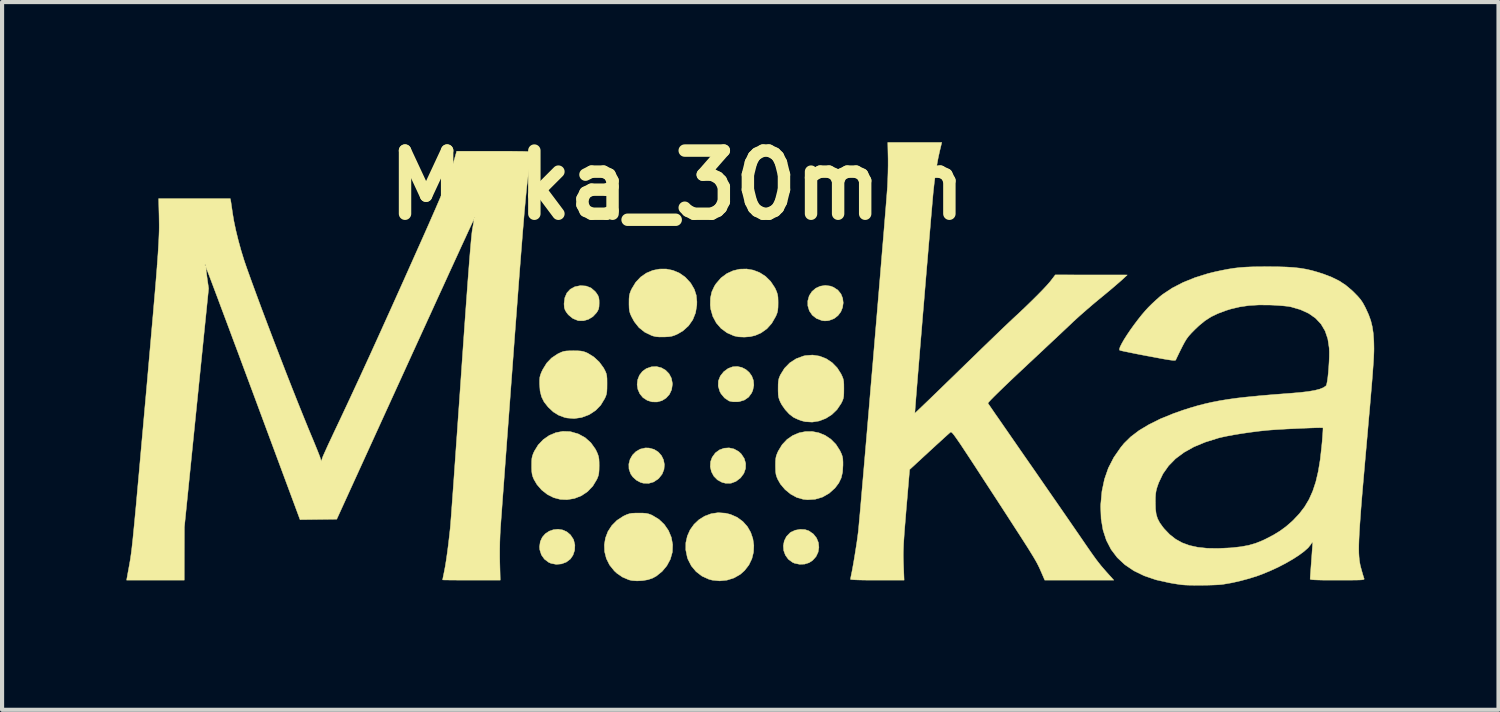
<source format=kicad_pcb>
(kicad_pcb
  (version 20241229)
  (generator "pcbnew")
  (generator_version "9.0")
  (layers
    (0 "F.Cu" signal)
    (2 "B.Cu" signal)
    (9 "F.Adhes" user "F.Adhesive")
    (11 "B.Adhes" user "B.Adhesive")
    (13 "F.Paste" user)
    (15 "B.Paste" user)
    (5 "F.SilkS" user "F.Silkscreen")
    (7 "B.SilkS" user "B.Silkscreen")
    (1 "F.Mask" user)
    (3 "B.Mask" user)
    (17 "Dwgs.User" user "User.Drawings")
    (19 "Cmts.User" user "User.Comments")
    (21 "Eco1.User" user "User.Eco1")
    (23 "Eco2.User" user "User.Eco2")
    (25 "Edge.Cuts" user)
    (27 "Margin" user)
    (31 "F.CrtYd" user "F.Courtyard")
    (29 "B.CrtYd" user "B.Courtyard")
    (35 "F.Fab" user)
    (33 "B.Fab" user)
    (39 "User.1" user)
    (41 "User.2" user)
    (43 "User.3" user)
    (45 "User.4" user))
  (footprint "Moka_30mm"
    (layer "F.Cu")
    (at 15.059 5.721)
    (property "Reference" "Moka_30mm" (at -1.768 -4.303 0) (layer "F.SilkS") (effects (font (size 1.524 1.524) (thickness 0.3))))
    (attr through_hole)
    (fp_poly (pts (xy -2.151 0.103) (xy -2.048 0.162) (xy -1.965 0.247) (xy -1.908 0.355) (xy -1.884 0.481) (xy -1.884 0.502) (xy -1.903 0.632) (xy -1.955 0.744) (xy -2.035 0.833) (xy -2.135 0.896) (xy -2.251 0.928) (xy -2.375 0.926) (xy -2.489 0.891) (xy -2.594 0.823) (xy -2.67 0.731) (xy -2.717 0.624) (xy -2.735 0.509) (xy -2.722 0.393) (xy -2.68 0.285) (xy -2.608 0.191) (xy -2.514 0.123) (xy -2.39 0.08) (xy -2.267 0.074) (xy -2.151 0.103)) (stroke (width 0.01) (type solid)) (fill yes) (layer "F.SilkS"))
    (fp_poly (pts (xy -0.398 2.062) (xy -0.287 2.123) (xy -0.225 2.18) (xy -0.151 2.291) (xy -0.116 2.411) (xy -0.119 2.534) (xy -0.16 2.652) (xy -0.239 2.759) (xy -0.24 2.76) (xy -0.351 2.845) (xy -0.469 2.889) (xy -0.595 2.891) (xy -0.685 2.869) (xy -0.797 2.808) (xy -0.884 2.72) (xy -0.942 2.612) (xy -0.97 2.492) (xy -0.963 2.369) (xy -0.924 2.263) (xy -0.848 2.158) (xy -0.749 2.085) (xy -0.636 2.044) (xy -0.516 2.036) (xy -0.398 2.062)) (stroke (width 0.01) (type solid)) (fill yes) (layer "F.SilkS"))
    (fp_poly (pts (xy -4.534 4.016) (xy -4.432 4.061) (xy -4.343 4.136) (xy -4.274 4.241) (xy -4.266 4.259) (xy -4.237 4.38) (xy -4.243 4.507) (xy -4.283 4.626) (xy -4.345 4.717) (xy -4.443 4.792) (xy -4.561 4.836) (xy -4.687 4.847) (xy -4.812 4.823) (xy -4.87 4.798) (xy -4.972 4.721) (xy -5.045 4.618) (xy -5.084 4.495) (xy -5.09 4.424) (xy -5.072 4.297) (xy -5.023 4.191) (xy -4.949 4.107) (xy -4.857 4.046) (xy -4.753 4.01) (xy -4.643 3.999) (xy -4.534 4.016)) (stroke (width 0.01) (type solid)) (fill yes) (layer "F.SilkS"))
    (fp_poly (pts (xy -2.452 2.039) (xy -2.327 2.072) (xy -2.225 2.136) (xy -2.148 2.223) (xy -2.098 2.326) (xy -2.077 2.439) (xy -2.087 2.555) (xy -2.131 2.668) (xy -2.211 2.77) (xy -2.222 2.781) (xy -2.335 2.858) (xy -2.457 2.893) (xy -2.586 2.888) (xy -2.654 2.869) (xy -2.751 2.817) (xy -2.838 2.739) (xy -2.891 2.664) (xy -2.932 2.545) (xy -2.935 2.425) (xy -2.905 2.311) (xy -2.847 2.209) (xy -2.764 2.126) (xy -2.661 2.066) (xy -2.542 2.038) (xy -2.452 2.039)) (stroke (width 0.01) (type solid)) (fill yes) (layer "F.SilkS"))
    (fp_poly (pts (xy 1.317 4.008) (xy 1.409 4.039) (xy 1.518 4.115) (xy 1.594 4.211) (xy 1.639 4.321) (xy 1.651 4.437) (xy 1.632 4.553) (xy 1.581 4.66) (xy 1.498 4.752) (xy 1.414 4.807) (xy 1.305 4.841) (xy 1.183 4.845) (xy 1.064 4.82) (xy 1.014 4.798) (xy 0.913 4.723) (xy 0.843 4.626) (xy 0.802 4.515) (xy 0.793 4.398) (xy 0.815 4.282) (xy 0.868 4.175) (xy 0.954 4.086) (xy 0.977 4.07) (xy 1.08 4.023) (xy 1.199 4.002) (xy 1.317 4.008)) (stroke (width 0.01) (type solid)) (fill yes) (layer "F.SilkS"))
    (fp_poly (pts (xy 1.929 -1.868) (xy 2.005 -1.839) (xy 2.11 -1.769) (xy 2.183 -1.678) (xy 2.225 -1.574) (xy 2.238 -1.463) (xy 2.222 -1.352) (xy 2.18 -1.247) (xy 2.111 -1.156) (xy 2.018 -1.084) (xy 1.9 -1.039) (xy 1.863 -1.032) (xy 1.791 -1.028) (xy 1.725 -1.036) (xy 1.594 -1.086) (xy 1.492 -1.166) (xy 1.421 -1.269) (xy 1.384 -1.391) (xy 1.383 -1.511) (xy 1.417 -1.634) (xy 1.483 -1.736) (xy 1.574 -1.815) (xy 1.683 -1.865) (xy 1.804 -1.884) (xy 1.929 -1.868)) (stroke (width 0.01) (type solid)) (fill yes) (layer "F.SilkS"))
    (fp_poly (pts (xy -0.21 0.095) (xy -0.113 0.144) (xy -0.031 0.215) (xy 0.032 0.304) (xy 0.071 0.409) (xy 0.081 0.524) (xy 0.056 0.646) (xy 0.027 0.713) (xy -0.047 0.813) (xy -0.149 0.883) (xy -0.275 0.921) (xy -0.323 0.925) (xy -0.423 0.924) (xy -0.501 0.909) (xy -0.519 0.903) (xy -0.625 0.832) (xy -0.71 0.73) (xy -0.741 0.672) (xy -0.778 0.545) (xy -0.774 0.42) (xy -0.728 0.303) (xy -0.645 0.198) (xy -0.539 0.12) (xy -0.428 0.079) (xy -0.317 0.072) (xy -0.21 0.095)) (stroke (width 0.01) (type solid)) (fill yes) (layer "F.SilkS"))
    (fp_poly (pts (xy -3.964 -1.869) (xy -3.846 -1.822) (xy -3.747 -1.736) (xy -3.715 -1.695) (xy -3.679 -1.639) (xy -3.66 -1.588) (xy -3.652 -1.524) (xy -3.651 -1.46) (xy -3.654 -1.377) (xy -3.664 -1.318) (xy -3.688 -1.267) (xy -3.716 -1.224) (xy -3.804 -1.13) (xy -3.912 -1.065) (xy -4.03 -1.031) (xy -4.148 -1.033) (xy -4.163 -1.036) (xy -4.287 -1.087) (xy -4.393 -1.174) (xy -4.434 -1.225) (xy -4.471 -1.285) (xy -4.491 -1.343) (xy -4.497 -1.416) (xy -4.498 -1.446) (xy -4.48 -1.586) (xy -4.43 -1.703) (xy -4.348 -1.792) (xy -4.238 -1.852) (xy -4.104 -1.879) (xy -4.101 -1.879) (xy -3.964 -1.869)) (stroke (width 0.01) (type solid)) (fill yes) (layer "F.SilkS"))
    (fp_poly (pts (xy -0.604 3.612) (xy -0.484 3.641) (xy -0.321 3.712) (xy -0.185 3.812) (xy -0.075 3.935) (xy 0.006 4.076) (xy 0.058 4.23) (xy 0.081 4.39) (xy 0.073 4.553) (xy 0.034 4.711) (xy -0.038 4.861) (xy -0.143 4.997) (xy -0.249 5.09) (xy -0.398 5.175) (xy -0.567 5.228) (xy -0.744 5.246) (xy -0.922 5.228) (xy -1.005 5.206) (xy -1.17 5.131) (xy -1.312 5.022) (xy -1.427 4.885) (xy -1.509 4.724) (xy -1.524 4.681) (xy -1.561 4.5) (xy -1.56 4.326) (xy -1.523 4.162) (xy -1.456 4.012) (xy -1.361 3.88) (xy -1.243 3.769) (xy -1.104 3.683) (xy -0.949 3.625) (xy -0.781 3.6) (xy -0.604 3.612)) (stroke (width 0.01) (type solid)) (fill yes) (layer "F.SilkS"))
    (fp_poly (pts (xy 0.068 -2.253) (xy 0.222 -2.193) (xy 0.364 -2.102) (xy 0.487 -1.98) (xy 0.588 -1.828) (xy 0.602 -1.799) (xy 0.633 -1.728) (xy 0.652 -1.668) (xy 0.663 -1.604) (xy 0.666 -1.522) (xy 0.667 -1.46) (xy 0.665 -1.358) (xy 0.658 -1.283) (xy 0.644 -1.221) (xy 0.619 -1.158) (xy 0.609 -1.136) (xy 0.513 -0.969) (xy 0.396 -0.838) (xy 0.255 -0.738) (xy 0.113 -0.676) (xy -0.008 -0.648) (xy -0.147 -0.637) (xy -0.285 -0.643) (xy -0.396 -0.666) (xy -0.565 -0.74) (xy -0.709 -0.845) (xy -0.825 -0.979) (xy -0.909 -1.136) (xy -0.959 -1.311) (xy -0.97 -1.41) (xy -0.966 -1.579) (xy -0.934 -1.727) (xy -0.871 -1.864) (xy -0.831 -1.926) (xy -0.711 -2.065) (xy -0.572 -2.169) (xy -0.419 -2.239) (xy -0.258 -2.277) (xy -0.094 -2.281) (xy 0.068 -2.253)) (stroke (width 0.01) (type solid)) (fill yes) (layer "F.SilkS"))
    (fp_poly (pts (xy -2.595 3.61) (xy -2.519 3.616) (xy -2.459 3.629) (xy -2.4 3.65) (xy -2.366 3.666) (xy -2.209 3.761) (xy -2.079 3.885) (xy -1.978 4.032) (xy -1.91 4.195) (xy -1.878 4.37) (xy -1.885 4.549) (xy -1.886 4.555) (xy -1.934 4.724) (xy -2.018 4.88) (xy -2.133 5.018) (xy -2.272 5.13) (xy -2.366 5.181) (xy -2.474 5.217) (xy -2.603 5.239) (xy -2.737 5.246) (xy -2.86 5.237) (xy -2.932 5.221) (xy -3.089 5.154) (xy -3.222 5.063) (xy -3.287 5.003) (xy -3.401 4.861) (xy -3.478 4.705) (xy -3.52 4.541) (xy -3.526 4.374) (xy -3.499 4.21) (xy -3.439 4.053) (xy -3.346 3.91) (xy -3.223 3.786) (xy -3.07 3.686) (xy -3.048 3.675) (xy -2.98 3.644) (xy -2.922 3.625) (xy -2.862 3.614) (xy -2.784 3.61) (xy -2.699 3.609) (xy -2.595 3.61)) (stroke (width 0.01) (type solid)) (fill yes) (layer "F.SilkS"))
    (fp_poly (pts (xy 1.649 1.672) (xy 1.801 1.734) (xy 1.94 1.827) (xy 2.062 1.951) (xy 2.161 2.106) (xy 2.164 2.113) (xy 2.197 2.184) (xy 2.217 2.242) (xy 2.228 2.302) (xy 2.232 2.379) (xy 2.232 2.455) (xy 2.222 2.622) (xy 2.189 2.762) (xy 2.13 2.885) (xy 2.042 3.002) (xy 2.039 3.005) (xy 1.897 3.133) (xy 1.737 3.224) (xy 1.562 3.276) (xy 1.376 3.288) (xy 1.273 3.277) (xy 1.118 3.233) (xy 0.97 3.152) (xy 0.836 3.043) (xy 0.724 2.911) (xy 0.66 2.799) (xy 0.633 2.736) (xy 0.616 2.678) (xy 0.607 2.612) (xy 0.604 2.525) (xy 0.603 2.466) (xy 0.604 2.364) (xy 0.61 2.29) (xy 0.622 2.231) (xy 0.644 2.172) (xy 0.67 2.113) (xy 0.765 1.957) (xy 0.884 1.831) (xy 1.021 1.737) (xy 1.171 1.674) (xy 1.329 1.642) (xy 1.49 1.641) (xy 1.649 1.672)) (stroke (width 0.01) (type solid)) (fill yes) (layer "F.SilkS"))
    (fp_poly (pts (xy -4.356 1.643) (xy -4.335 1.647) (xy -4.151 1.701) (xy -3.989 1.79) (xy -3.852 1.912) (xy -3.744 2.063) (xy -3.716 2.117) (xy -3.686 2.185) (xy -3.667 2.243) (xy -3.656 2.305) (xy -3.652 2.384) (xy -3.651 2.466) (xy -3.653 2.57) (xy -3.659 2.646) (xy -3.671 2.706) (xy -3.693 2.764) (xy -3.708 2.798) (xy -3.805 2.959) (xy -3.931 3.091) (xy -4.08 3.191) (xy -4.248 3.257) (xy -4.428 3.286) (xy -4.589 3.279) (xy -4.749 3.237) (xy -4.901 3.16) (xy -5.039 3.052) (xy -5.153 2.92) (xy -5.224 2.799) (xy -5.251 2.736) (xy -5.268 2.678) (xy -5.277 2.612) (xy -5.281 2.525) (xy -5.281 2.466) (xy -5.28 2.364) (xy -5.275 2.29) (xy -5.262 2.231) (xy -5.241 2.172) (xy -5.216 2.117) (xy -5.122 1.964) (xy -5 1.836) (xy -4.856 1.736) (xy -4.697 1.669) (xy -4.528 1.637) (xy -4.356 1.643)) (stroke (width 0.01) (type solid)) (fill yes) (layer "F.SilkS"))
    (fp_poly (pts (xy -1.87 -2.247) (xy -1.715 -2.182) (xy -1.574 -2.083) (xy -1.45 -1.949) (xy -1.434 -1.926) (xy -1.355 -1.79) (xy -1.309 -1.648) (xy -1.293 -1.49) (xy -1.295 -1.41) (xy -1.325 -1.224) (xy -1.392 -1.056) (xy -1.494 -0.91) (xy -1.629 -0.788) (xy -1.752 -0.715) (xy -1.828 -0.681) (xy -1.895 -0.659) (xy -1.969 -0.647) (xy -2.066 -0.641) (xy -2.083 -0.641) (xy -2.195 -0.64) (xy -2.28 -0.647) (xy -2.352 -0.664) (xy -2.385 -0.675) (xy -2.552 -0.756) (xy -2.69 -0.866) (xy -2.803 -1.008) (xy -2.873 -1.136) (xy -2.902 -1.203) (xy -2.919 -1.263) (xy -2.928 -1.332) (xy -2.931 -1.425) (xy -2.931 -1.46) (xy -2.93 -1.56) (xy -2.924 -1.633) (xy -2.91 -1.693) (xy -2.886 -1.757) (xy -2.864 -1.803) (xy -2.769 -1.96) (xy -2.649 -2.087) (xy -2.51 -2.183) (xy -2.357 -2.247) (xy -2.196 -2.279) (xy -2.032 -2.28) (xy -1.87 -2.247)) (stroke (width 0.01) (type solid)) (fill yes) (layer "F.SilkS"))
    (fp_poly (pts (xy 1.668 -0.178) (xy 1.827 -0.116) (xy 1.971 -0.02) (xy 2.093 0.105) (xy 2.185 0.25) (xy 2.216 0.317) (xy 2.237 0.372) (xy 2.248 0.428) (xy 2.253 0.499) (xy 2.254 0.596) (xy 2.254 0.614) (xy 2.253 0.716) (xy 2.249 0.789) (xy 2.239 0.845) (xy 2.221 0.896) (xy 2.192 0.955) (xy 2.187 0.965) (xy 2.088 1.112) (xy 1.963 1.233) (xy 1.818 1.325) (xy 1.658 1.387) (xy 1.491 1.414) (xy 1.323 1.404) (xy 1.224 1.379) (xy 1.143 1.348) (xy 1.067 1.313) (xy 1.031 1.294) (xy 0.934 1.218) (xy 0.84 1.116) (xy 0.759 1.001) (xy 0.723 0.935) (xy 0.696 0.872) (xy 0.679 0.815) (xy 0.67 0.748) (xy 0.667 0.66) (xy 0.667 0.603) (xy 0.668 0.499) (xy 0.674 0.424) (xy 0.686 0.364) (xy 0.708 0.306) (xy 0.722 0.275) (xy 0.82 0.116) (xy 0.948 -0.015) (xy 1.102 -0.115) (xy 1.278 -0.18) (xy 1.327 -0.191) (xy 1.499 -0.204) (xy 1.668 -0.178)) (stroke (width 0.01) (type solid)) (fill yes) (layer "F.SilkS"))
    (fp_poly (pts (xy -4.17 -0.306) (xy -4.094 -0.301) (xy -4.035 -0.29) (xy -3.978 -0.271) (xy -3.926 -0.248) (xy -3.781 -0.158) (xy -3.65 -0.037) (xy -3.545 0.106) (xy -3.528 0.138) (xy -3.498 0.196) (xy -3.479 0.246) (xy -3.468 0.298) (xy -3.462 0.364) (xy -3.461 0.457) (xy -3.461 0.497) (xy -3.462 0.604) (xy -3.466 0.68) (xy -3.475 0.738) (xy -3.492 0.79) (xy -3.518 0.847) (xy -3.519 0.849) (xy -3.615 1.007) (xy -3.735 1.131) (xy -3.883 1.229) (xy -3.903 1.239) (xy -4.076 1.303) (xy -4.255 1.328) (xy -4.431 1.314) (xy -4.487 1.301) (xy -4.631 1.247) (xy -4.757 1.169) (xy -4.876 1.058) (xy -4.885 1.048) (xy -4.98 0.928) (xy -5.042 0.803) (xy -5.077 0.663) (xy -5.089 0.496) (xy -5.089 0.401) (xy -5.083 0.332) (xy -5.068 0.273) (xy -5.042 0.207) (xy -5.011 0.143) (xy -4.917 -0.01) (xy -4.801 -0.132) (xy -4.654 -0.23) (xy -4.617 -0.248) (xy -4.558 -0.275) (xy -4.505 -0.293) (xy -4.445 -0.302) (xy -4.366 -0.306) (xy -4.276 -0.307) (xy -4.17 -0.306)) (stroke (width 0.01) (type solid)) (fill yes) (layer "F.SilkS"))
    (fp_poly (pts (xy 4.615 -5.334) (xy 4.602 -5.276) (xy 4.589 -5.222) (xy 4.571 -5.148) (xy 4.56 -5.101) (xy 4.528 -4.953) (xy 4.495 -4.774) (xy 4.464 -4.575) (xy 4.436 -4.367) (xy 4.414 -4.17) (xy 4.407 -4.102) (xy 4.398 -3.999) (xy 4.386 -3.863) (xy 4.372 -3.698) (xy 4.355 -3.507) (xy 4.337 -3.292) (xy 4.317 -3.057) (xy 4.295 -2.805) (xy 4.273 -2.539) (xy 4.249 -2.262) (xy 4.225 -1.976) (xy 4.201 -1.686) (xy 4.177 -1.394) (xy 4.152 -1.103) (xy 4.129 -0.816) (xy 4.105 -0.536) (xy 4.083 -0.266) (xy 4.062 -0.01) (xy 4.042 0.23) (xy 4.024 0.451) (xy 4.008 0.649) (xy 3.994 0.821) (xy 3.983 0.965) (xy 3.974 1.078) (xy 3.969 1.155) (xy 3.966 1.195) (xy 3.966 1.2) (xy 3.982 1.187) (xy 4.025 1.146) (xy 4.094 1.08) (xy 4.186 0.992) (xy 4.299 0.884) (xy 4.429 0.758) (xy 4.576 0.616) (xy 4.735 0.461) (xy 4.906 0.296) (xy 5.039 0.166) (xy 5.223 -0.013) (xy 5.404 -0.188) (xy 5.577 -0.357) (xy 5.741 -0.515) (xy 5.892 -0.661) (xy 6.027 -0.791) (xy 6.143 -0.902) (xy 6.236 -0.99) (xy 6.304 -1.054) (xy 6.328 -1.077) (xy 6.493 -1.23) (xy 6.652 -1.381) (xy 6.802 -1.527) (xy 6.939 -1.663) (xy 7.058 -1.785) (xy 7.155 -1.889) (xy 7.226 -1.97) (xy 7.246 -1.995) (xy 7.355 -2.138) (xy 8.223 -2.137) (xy 9.091 -2.136) (xy 8.964 -2.018) (xy 8.907 -1.968) (xy 8.825 -1.897) (xy 8.726 -1.812) (xy 8.616 -1.72) (xy 8.504 -1.627) (xy 8.498 -1.623) (xy 8.3 -1.459) (xy 8.113 -1.299) (xy 7.943 -1.15) (xy 7.797 -1.017) (xy 7.707 -0.931) (xy 7.678 -0.904) (xy 7.621 -0.85) (xy 7.539 -0.773) (xy 7.435 -0.675) (xy 7.312 -0.56) (xy 7.172 -0.429) (xy 7.019 -0.285) (xy 6.855 -0.132) (xy 6.684 0.028) (xy 6.673 0.039) (xy 6.467 0.231) (xy 6.284 0.404) (xy 6.125 0.556) (xy 5.992 0.685) (xy 5.884 0.791) (xy 5.804 0.872) (xy 5.752 0.928) (xy 5.73 0.956) (xy 5.73 0.959) (xy 5.744 0.98) (xy 5.78 1.033) (xy 5.837 1.116) (xy 5.912 1.225) (xy 6.005 1.358) (xy 6.112 1.513) (xy 6.232 1.686) (xy 6.363 1.875) (xy 6.503 2.078) (xy 6.651 2.291) (xy 6.699 2.36) (xy 6.86 2.591) (xy 7.02 2.823) (xy 7.179 3.053) (xy 7.333 3.275) (xy 7.48 3.487) (xy 7.616 3.684) (xy 7.738 3.861) (xy 7.845 4.016) (xy 7.933 4.144) (xy 7.994 4.233) (xy 8.106 4.396) (xy 8.198 4.529) (xy 8.275 4.638) (xy 8.341 4.729) (xy 8.401 4.807) (xy 8.459 4.88) (xy 8.52 4.951) (xy 8.586 5.027) (xy 8.633 5.079) (xy 8.767 5.228) (xy 7.934 5.228) (xy 7.101 5.228) (xy 7.017 5.034) (xy 6.996 4.987) (xy 6.977 4.943) (xy 6.957 4.901) (xy 6.935 4.857) (xy 6.91 4.809) (xy 6.88 4.755) (xy 6.844 4.693) (xy 6.8 4.621) (xy 6.748 4.536) (xy 6.685 4.435) (xy 6.61 4.318) (xy 6.522 4.18) (xy 6.419 4.021) (xy 6.3 3.837) (xy 6.164 3.627) (xy 6.009 3.388) (xy 5.833 3.118) (xy 5.653 2.842) (xy 5.498 2.603) (xy 5.365 2.399) (xy 5.25 2.224) (xy 5.154 2.079) (xy 5.075 1.959) (xy 5.009 1.863) (xy 4.957 1.789) (xy 4.917 1.733) (xy 4.886 1.694) (xy 4.863 1.67) (xy 4.847 1.657) (xy 4.835 1.654) (xy 4.828 1.656) (xy 4.804 1.677) (xy 4.753 1.722) (xy 4.679 1.789) (xy 4.586 1.874) (xy 4.479 1.971) (xy 4.362 2.079) (xy 4.316 2.121) (xy 3.84 2.56) (xy 3.782 3.243) (xy 3.759 3.507) (xy 3.741 3.733) (xy 3.725 3.925) (xy 3.712 4.089) (xy 3.703 4.227) (xy 3.695 4.346) (xy 3.691 4.448) (xy 3.688 4.539) (xy 3.687 4.622) (xy 3.688 4.703) (xy 3.69 4.785) (xy 3.693 4.873) (xy 3.693 4.874) (xy 3.707 5.228) (xy 3.06 5.228) (xy 2.88 5.228) (xy 2.723 5.226) (xy 2.595 5.223) (xy 2.498 5.219) (xy 2.436 5.214) (xy 2.413 5.209) (xy 2.413 5.208) (xy 2.417 5.179) (xy 2.428 5.121) (xy 2.443 5.045) (xy 2.446 5.034) (xy 2.466 4.928) (xy 2.49 4.792) (xy 2.516 4.637) (xy 2.542 4.473) (xy 2.567 4.313) (xy 2.587 4.167) (xy 2.602 4.053) (xy 2.607 4.005) (xy 2.615 3.916) (xy 2.626 3.791) (xy 2.641 3.631) (xy 2.658 3.439) (xy 2.677 3.218) (xy 2.698 2.971) (xy 2.722 2.7) (xy 2.747 2.407) (xy 2.774 2.095) (xy 2.802 1.768) (xy 2.831 1.426) (xy 2.861 1.074) (xy 2.891 0.713) (xy 2.922 0.347) (xy 2.954 -0.023) (xy 2.985 -0.393) (xy 3.016 -0.762) (xy 3.047 -1.125) (xy 3.077 -1.482) (xy 3.106 -1.828) (xy 3.134 -2.163) (xy 3.16 -2.482) (xy 3.185 -2.784) (xy 3.209 -3.065) (xy 3.23 -3.324) (xy 3.249 -3.557) (xy 3.266 -3.762) (xy 3.28 -3.937) (xy 3.291 -4.079) (xy 3.299 -4.184) (xy 3.304 -4.251) (xy 3.305 -4.26) (xy 3.312 -4.418) (xy 3.318 -4.595) (xy 3.321 -4.773) (xy 3.321 -4.934) (xy 3.32 -4.985) (xy 3.313 -5.334) (xy 4.615 -5.334)) (stroke (width 0.01) (type solid)) (fill yes) (layer "F.SilkS"))
    (fp_poly (pts (xy -5.956 -5.122) (xy -5.772 -5.122) (xy -5.623 -5.12) (xy -5.505 -5.119) (xy -5.416 -5.116) (xy -5.352 -5.113) (xy -5.309 -5.108) (xy -5.283 -5.103) (xy -5.272 -5.096) (xy -5.271 -5.092) (xy -5.275 -5.057) (xy -5.286 -4.994) (xy -5.301 -4.916) (xy -5.303 -4.907) (xy -5.316 -4.841) (xy -5.329 -4.771) (xy -5.342 -4.695) (xy -5.355 -4.61) (xy -5.368 -4.516) (xy -5.381 -4.409) (xy -5.395 -4.289) (xy -5.409 -4.153) (xy -5.424 -3.999) (xy -5.44 -3.825) (xy -5.458 -3.63) (xy -5.476 -3.412) (xy -5.497 -3.168) (xy -5.518 -2.896) (xy -5.542 -2.596) (xy -5.568 -2.265) (xy -5.596 -1.9) (xy -5.626 -1.501) (xy -5.659 -1.064) (xy -5.695 -0.589) (xy -5.725 -0.18) (xy -5.755 0.224) (xy -5.785 0.62) (xy -5.813 1.006) (xy -5.841 1.379) (xy -5.868 1.737) (xy -5.893 2.077) (xy -5.917 2.398) (xy -5.939 2.697) (xy -5.959 2.971) (xy -5.978 3.219) (xy -5.994 3.437) (xy -6.007 3.623) (xy -6.019 3.775) (xy -6.027 3.891) (xy -6.033 3.969) (xy -6.034 3.99) (xy -6.042 4.138) (xy -6.048 4.312) (xy -6.051 4.498) (xy -6.051 4.679) (xy -6.049 4.789) (xy -6.038 5.228) (xy -6.734 5.228) (xy -6.901 5.228) (xy -7.053 5.227) (xy -7.186 5.226) (xy -7.295 5.225) (xy -7.375 5.224) (xy -7.42 5.222) (xy -7.43 5.221) (xy -7.425 5.198) (xy -7.415 5.144) (xy -7.399 5.067) (xy -7.388 5.013) (xy -7.366 4.898) (xy -7.342 4.749) (xy -7.317 4.575) (xy -7.292 4.385) (xy -7.269 4.187) (xy -7.247 3.991) (xy -7.24 3.916) (xy -7.236 3.87) (xy -7.23 3.784) (xy -7.22 3.661) (xy -7.209 3.503) (xy -7.195 3.313) (xy -7.179 3.092) (xy -7.161 2.844) (xy -7.142 2.571) (xy -7.121 2.275) (xy -7.099 1.959) (xy -7.075 1.626) (xy -7.051 1.277) (xy -7.025 0.915) (xy -6.999 0.542) (xy -6.985 0.339) (xy -6.952 -0.142) (xy -6.921 -0.582) (xy -6.893 -0.982) (xy -6.867 -1.345) (xy -6.843 -1.671) (xy -6.822 -1.962) (xy -6.802 -2.22) (xy -6.785 -2.445) (xy -6.769 -2.64) (xy -6.755 -2.806) (xy -6.743 -2.945) (xy -6.732 -3.057) (xy -6.723 -3.144) (xy -6.715 -3.208) (xy -6.709 -3.246) (xy -6.692 -3.339) (xy -6.679 -3.415) (xy -6.672 -3.466) (xy -6.672 -3.482) (xy -6.681 -3.464) (xy -6.707 -3.409) (xy -6.749 -3.319) (xy -6.806 -3.197) (xy -6.876 -3.043) (xy -6.961 -2.86) (xy -7.057 -2.65) (xy -7.165 -2.415) (xy -7.284 -2.156) (xy -7.412 -1.875) (xy -7.55 -1.575) (xy -7.695 -1.256) (xy -7.848 -0.922) (xy -8.007 -0.574) (xy -8.172 -0.213) (xy -8.33 0.134) (xy -9.983 3.757) (xy -10.869 3.768) (xy -12 0.72) (xy -12.128 0.376) (xy -12.252 0.043) (xy -12.371 -0.278) (xy -12.485 -0.582) (xy -12.592 -0.87) (xy -12.692 -1.137) (xy -12.784 -1.383) (xy -12.867 -1.606) (xy -12.941 -1.802) (xy -13.004 -1.97) (xy -13.056 -2.107) (xy -13.096 -2.212) (xy -13.124 -2.283) (xy -13.137 -2.317) (xy -13.139 -2.32) (xy -13.139 -2.297) (xy -13.134 -2.241) (xy -13.124 -2.16) (xy -13.111 -2.063) (xy -13.111 -2.061) (xy -13.075 -1.81) (xy -13.368 1.069) (xy -13.66 3.948) (xy -13.662 4.588) (xy -13.663 5.228) (xy -15.054 5.228) (xy -15.044 5.17) (xy -15.036 5.126) (xy -15.023 5.052) (xy -15.005 4.957) (xy -14.989 4.868) (xy -14.98 4.817) (xy -14.971 4.766) (xy -14.962 4.713) (xy -14.954 4.657) (xy -14.945 4.594) (xy -14.936 4.524) (xy -14.926 4.443) (xy -14.916 4.35) (xy -14.904 4.243) (xy -14.892 4.12) (xy -14.878 3.978) (xy -14.862 3.816) (xy -14.845 3.632) (xy -14.825 3.423) (xy -14.804 3.188) (xy -14.78 2.923) (xy -14.753 2.628) (xy -14.724 2.301) (xy -14.692 1.938) (xy -14.656 1.539) (xy -14.617 1.1) (xy -14.594 0.847) (xy -14.552 0.374) (xy -14.514 -0.06) (xy -14.479 -0.455) (xy -14.448 -0.814) (xy -14.419 -1.14) (xy -14.394 -1.434) (xy -14.371 -1.699) (xy -14.351 -1.936) (xy -14.334 -2.149) (xy -14.319 -2.338) (xy -14.317 -2.371) (xy -13.166 -2.371) (xy -13.158 -2.353) (xy -13.152 -2.357) (xy -13.149 -2.382) (xy -13.152 -2.385) (xy -13.164 -2.382) (xy -13.166 -2.371) (xy -14.317 -2.371) (xy -14.307 -2.506) (xy -14.296 -2.656) (xy -14.288 -2.789) (xy -14.281 -2.907) (xy -14.276 -3.013) (xy -14.272 -3.109) (xy -14.269 -3.196) (xy -14.268 -3.278) (xy -14.268 -3.355) (xy -14.269 -3.431) (xy -14.27 -3.507) (xy -14.271 -3.572) (xy -14.281 -3.979) (xy -12.553 -3.979) (xy -12.543 -3.932) (xy -12.536 -3.893) (xy -12.526 -3.822) (xy -12.512 -3.729) (xy -12.498 -3.63) (xy -12.465 -3.434) (xy -12.418 -3.211) (xy -12.359 -2.971) (xy -12.292 -2.727) (xy -12.219 -2.49) (xy -12.16 -2.318) (xy -12.049 -2.008) (xy -11.925 -1.67) (xy -11.792 -1.311) (xy -11.651 -0.937) (xy -11.506 -0.555) (xy -11.358 -0.17) (xy -11.211 0.21) (xy -11.066 0.58) (xy -10.926 0.933) (xy -10.793 1.263) (xy -10.671 1.563) (xy -10.599 1.736) (xy -10.543 1.87) (xy -10.491 1.997) (xy -10.446 2.108) (xy -10.411 2.197) (xy -10.388 2.257) (xy -10.383 2.275) (xy -10.357 2.359) (xy -10.329 2.275) (xy -10.313 2.233) (xy -10.28 2.159) (xy -10.235 2.059) (xy -10.181 1.94) (xy -10.119 1.809) (xy -10.07 1.704) (xy -9.87 1.281) (xy -9.656 0.824) (xy -9.427 0.33) (xy -9.184 -0.199) (xy -8.927 -0.765) (xy -8.654 -1.369) (xy -8.366 -2.01) (xy -8.062 -2.691) (xy -8.044 -2.731) (xy -7.909 -3.033) (xy -7.79 -3.301) (xy -7.692 -3.524) (xy -6.668 -3.524) (xy -6.657 -3.514) (xy -6.646 -3.524) (xy -6.657 -3.535) (xy -6.668 -3.524) (xy -7.692 -3.524) (xy -7.687 -3.536) (xy -7.596 -3.743) (xy -7.518 -3.924) (xy -7.45 -4.083) (xy -7.392 -4.223) (xy -7.343 -4.347) (xy -7.299 -4.459) (xy -7.262 -4.561) (xy -7.228 -4.658) (xy -7.198 -4.753) (xy -7.169 -4.847) (xy -7.139 -4.946) (xy -7.133 -4.969) (xy -7.089 -5.122) (xy -6.18 -5.122) (xy -5.956 -5.122)) (stroke (width 0.01) (type solid)) (fill yes) (layer "F.SilkS"))
    (fp_poly (pts (xy 12.726 -2.334) (xy 12.928 -2.328) (xy 13.104 -2.317) (xy 13.26 -2.3) (xy 13.404 -2.276) (xy 13.545 -2.244) (xy 13.688 -2.203) (xy 13.814 -2.163) (xy 14.023 -2.083) (xy 14.202 -1.995) (xy 14.36 -1.892) (xy 14.509 -1.767) (xy 14.564 -1.714) (xy 14.653 -1.623) (xy 14.719 -1.546) (xy 14.773 -1.468) (xy 14.823 -1.377) (xy 14.845 -1.333) (xy 14.916 -1.178) (xy 14.968 -1.034) (xy 15.004 -0.888) (xy 15.028 -0.728) (xy 15.041 -0.543) (xy 15.043 -0.476) (xy 15.044 -0.419) (xy 15.045 -0.358) (xy 15.044 -0.29) (xy 15.041 -0.213) (xy 15.037 -0.125) (xy 15.031 -0.021) (xy 15.022 0.1) (xy 15.012 0.242) (xy 14.999 0.407) (xy 14.983 0.598) (xy 14.964 0.818) (xy 14.943 1.07) (xy 14.917 1.356) (xy 14.889 1.68) (xy 14.868 1.916) (xy 14.833 2.31) (xy 14.802 2.666) (xy 14.774 2.984) (xy 14.75 3.267) (xy 14.73 3.518) (xy 14.714 3.74) (xy 14.7 3.934) (xy 14.69 4.103) (xy 14.683 4.251) (xy 14.679 4.378) (xy 14.678 4.488) (xy 14.68 4.583) (xy 14.685 4.666) (xy 14.692 4.739) (xy 14.702 4.805) (xy 14.713 4.866) (xy 14.728 4.924) (xy 14.736 4.953) (xy 14.761 5.043) (xy 14.784 5.121) (xy 14.801 5.175) (xy 14.807 5.191) (xy 14.809 5.201) (xy 14.802 5.21) (xy 14.784 5.216) (xy 14.749 5.221) (xy 14.693 5.224) (xy 14.612 5.226) (xy 14.501 5.227) (xy 14.357 5.228) (xy 14.175 5.228) (xy 14.163 5.228) (xy 13.97 5.228) (xy 13.816 5.227) (xy 13.698 5.224) (xy 13.611 5.221) (xy 13.552 5.217) (xy 13.518 5.211) (xy 13.505 5.204) (xy 13.505 5.202) (xy 13.506 5.173) (xy 13.51 5.11) (xy 13.517 5.017) (xy 13.525 4.903) (xy 13.535 4.774) (xy 13.536 4.752) (xy 13.546 4.622) (xy 13.554 4.506) (xy 13.561 4.41) (xy 13.565 4.343) (xy 13.567 4.309) (xy 13.567 4.307) (xy 13.558 4.311) (xy 13.534 4.343) (xy 13.517 4.371) (xy 13.455 4.448) (xy 13.358 4.534) (xy 13.231 4.628) (xy 13.08 4.725) (xy 12.911 4.822) (xy 12.728 4.917) (xy 12.536 5.005) (xy 12.342 5.085) (xy 12.224 5.128) (xy 12.03 5.189) (xy 11.822 5.245) (xy 11.614 5.292) (xy 11.424 5.325) (xy 11.367 5.333) (xy 11.285 5.34) (xy 11.171 5.345) (xy 11.037 5.349) (xy 10.891 5.351) (xy 10.746 5.351) (xy 10.611 5.35) (xy 10.497 5.346) (xy 10.415 5.34) (xy 10.414 5.34) (xy 10.363 5.333) (xy 10.282 5.321) (xy 10.184 5.305) (xy 10.105 5.291) (xy 9.786 5.22) (xy 9.501 5.123) (xy 9.25 5.001) (xy 9.033 4.854) (xy 8.85 4.683) (xy 8.701 4.486) (xy 8.587 4.265) (xy 8.507 4.019) (xy 8.461 3.748) (xy 8.45 3.454) (xy 8.452 3.397) (xy 8.456 3.355) (xy 9.77 3.355) (xy 9.774 3.51) (xy 9.79 3.635) (xy 9.822 3.741) (xy 9.874 3.841) (xy 9.949 3.946) (xy 9.986 3.991) (xy 10.116 4.127) (xy 10.258 4.238) (xy 10.416 4.326) (xy 10.594 4.391) (xy 10.795 4.435) (xy 11.023 4.459) (xy 11.282 4.463) (xy 11.575 4.449) (xy 11.626 4.445) (xy 11.838 4.421) (xy 12.022 4.387) (xy 12.191 4.338) (xy 12.358 4.271) (xy 12.435 4.234) (xy 12.621 4.137) (xy 12.778 4.041) (xy 12.92 3.937) (xy 13.059 3.817) (xy 13.098 3.78) (xy 13.245 3.624) (xy 13.372 3.458) (xy 13.479 3.278) (xy 13.568 3.078) (xy 13.642 2.854) (xy 13.701 2.602) (xy 13.748 2.318) (xy 13.782 2.014) (xy 13.795 1.881) (xy 13.804 1.762) (xy 13.811 1.664) (xy 13.815 1.593) (xy 13.815 1.556) (xy 13.814 1.552) (xy 13.791 1.55) (xy 13.731 1.549) (xy 13.641 1.551) (xy 13.527 1.555) (xy 13.395 1.56) (xy 13.251 1.566) (xy 13.101 1.573) (xy 12.952 1.58) (xy 12.809 1.588) (xy 12.678 1.596) (xy 12.565 1.604) (xy 12.478 1.611) (xy 12.276 1.632) (xy 12.067 1.659) (xy 11.86 1.689) (xy 11.664 1.721) (xy 11.487 1.754) (xy 11.34 1.786) (xy 11.29 1.799) (xy 10.976 1.897) (xy 10.699 2.012) (xy 10.46 2.146) (xy 10.256 2.298) (xy 10.088 2.47) (xy 9.952 2.663) (xy 9.85 2.877) (xy 9.835 2.919) (xy 9.806 3.004) (xy 9.788 3.075) (xy 9.777 3.147) (xy 9.771 3.232) (xy 9.77 3.345) (xy 9.77 3.355) (xy 8.456 3.355) (xy 8.481 3.081) (xy 8.542 2.791) (xy 8.636 2.521) (xy 8.767 2.267) (xy 8.934 2.026) (xy 9.015 1.927) (xy 9.176 1.769) (xy 9.376 1.617) (xy 9.616 1.473) (xy 9.894 1.335) (xy 10.208 1.207) (xy 10.444 1.124) (xy 10.621 1.068) (xy 10.794 1.017) (xy 10.966 0.973) (xy 11.143 0.933) (xy 11.329 0.897) (xy 11.527 0.865) (xy 11.744 0.835) (xy 11.983 0.808) (xy 12.249 0.782) (xy 12.547 0.756) (xy 12.88 0.73) (xy 13.028 0.719) (xy 13.263 0.699) (xy 13.459 0.676) (xy 13.616 0.649) (xy 13.739 0.617) (xy 13.827 0.581) (xy 13.885 0.54) (xy 13.891 0.534) (xy 13.904 0.499) (xy 13.918 0.429) (xy 13.932 0.332) (xy 13.944 0.217) (xy 13.954 0.09) (xy 13.962 -0.04) (xy 13.967 -0.165) (xy 13.968 -0.279) (xy 13.964 -0.372) (xy 13.964 -0.374) (xy 13.931 -0.593) (xy 13.866 -0.785) (xy 13.768 -0.951) (xy 13.636 -1.092) (xy 13.471 -1.208) (xy 13.27 -1.3) (xy 13.04 -1.367) (xy 12.971 -1.379) (xy 12.87 -1.39) (xy 12.748 -1.4) (xy 12.617 -1.408) (xy 12.541 -1.411) (xy 12.27 -1.413) (xy 12.029 -1.399) (xy 11.805 -1.366) (xy 11.59 -1.315) (xy 11.474 -1.279) (xy 11.279 -1.206) (xy 11.114 -1.127) (xy 10.966 -1.031) (xy 10.822 -0.913) (xy 10.73 -0.826) (xy 10.642 -0.737) (xy 10.577 -0.665) (xy 10.525 -0.596) (xy 10.478 -0.519) (xy 10.426 -0.422) (xy 10.4 -0.37) (xy 10.352 -0.274) (xy 10.311 -0.189) (xy 10.28 -0.125) (xy 10.264 -0.089) (xy 10.262 -0.085) (xy 10.254 -0.078) (xy 10.232 -0.074) (xy 10.193 -0.076) (xy 10.132 -0.083) (xy 10.046 -0.096) (xy 9.931 -0.116) (xy 9.782 -0.144) (xy 9.596 -0.179) (xy 9.593 -0.179) (xy 9.43 -0.21) (xy 9.281 -0.239) (xy 9.15 -0.266) (xy 9.042 -0.288) (xy 8.962 -0.305) (xy 8.917 -0.317) (xy 8.908 -0.32) (xy 8.902 -0.347) (xy 8.92 -0.402) (xy 8.959 -0.48) (xy 9.014 -0.577) (xy 9.084 -0.687) (xy 9.165 -0.807) (xy 9.254 -0.931) (xy 9.347 -1.054) (xy 9.441 -1.173) (xy 9.534 -1.281) (xy 9.599 -1.352) (xy 9.69 -1.442) (xy 9.789 -1.534) (xy 9.883 -1.617) (xy 9.95 -1.67) (xy 10.176 -1.82) (xy 10.437 -1.955) (xy 10.725 -2.072) (xy 11.035 -2.169) (xy 11.204 -2.211) (xy 11.373 -2.247) (xy 11.522 -2.276) (xy 11.66 -2.298) (xy 11.796 -2.314) (xy 11.939 -2.325) (xy 12.097 -2.332) (xy 12.281 -2.335) (xy 12.488 -2.336) (xy 12.726 -2.334)) (stroke (width 0.01) (type solid)) (fill yes) (layer "F.SilkS")))
  (gr_rect
    (start -3 -3)
    (end 33.109 14.077)
    (stroke (width 0.1) (type default))
    (fill no)
    (layer "Edge.Cuts")))
</source>
